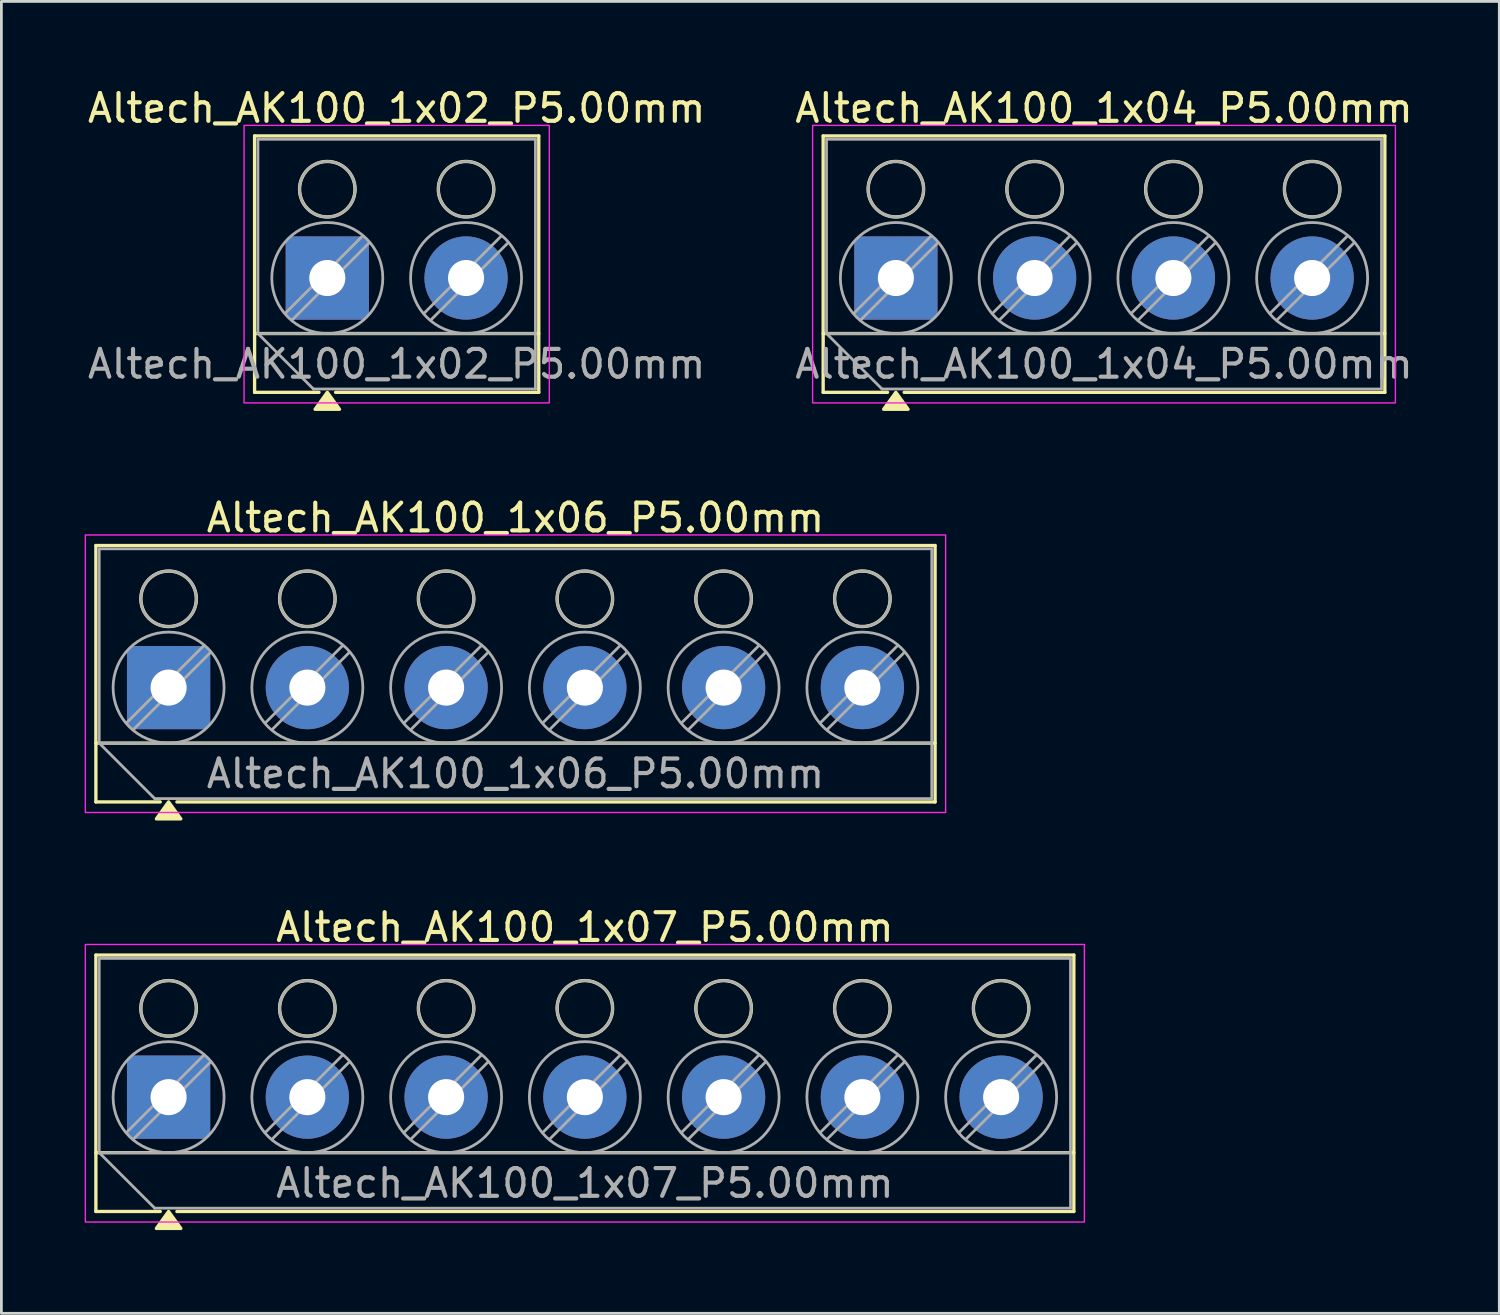
<source format=kicad_pcb>
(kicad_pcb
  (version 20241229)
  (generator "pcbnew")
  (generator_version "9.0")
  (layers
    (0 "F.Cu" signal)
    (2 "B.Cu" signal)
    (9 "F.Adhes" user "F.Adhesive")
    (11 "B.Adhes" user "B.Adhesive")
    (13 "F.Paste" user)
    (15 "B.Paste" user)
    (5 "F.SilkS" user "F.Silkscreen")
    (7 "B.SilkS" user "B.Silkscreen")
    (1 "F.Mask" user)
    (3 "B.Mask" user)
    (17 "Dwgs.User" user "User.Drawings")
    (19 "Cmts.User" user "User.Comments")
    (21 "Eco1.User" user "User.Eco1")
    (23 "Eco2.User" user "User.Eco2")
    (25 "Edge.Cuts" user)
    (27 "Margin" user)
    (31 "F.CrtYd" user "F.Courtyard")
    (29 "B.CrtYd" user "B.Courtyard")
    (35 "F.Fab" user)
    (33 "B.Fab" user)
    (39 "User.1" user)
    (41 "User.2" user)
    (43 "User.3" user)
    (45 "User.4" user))
  (footprint "Altech_AK100_1x02_P5.00mm"
    (layer "F.Cu")
    (at 8.744 6.968)
    (property "Reference" "Altech_AK100_1x02_P5.00mm" (at 2.5 -6.12 0) (layer "F.SilkS") (effects (font (size 1 1) (thickness 0.15))))
    (attr through_hole)
    (fp_line (start -2.62 -5.12) (end 7.62 -5.12) (stroke (width 0.12) (type solid)) (layer "F.SilkS"))
    (fp_line (start -2.62 2) (end 7.62 2) (stroke (width 0.12) (type solid)) (layer "F.SilkS"))
    (fp_line (start -2.62 4.12) (end -2.62 -5.12) (stroke (width 0.12) (type solid)) (layer "F.SilkS"))
    (fp_line (start -0.3 4.12) (end -2.62 4.12) (stroke (width 0.12) (type solid)) (layer "F.SilkS"))
    (fp_line (start 7.62 -5.12) (end 7.62 4.12) (stroke (width 0.12) (type solid)) (layer "F.SilkS"))
    (fp_line (start 7.62 4.12) (end 0.3 4.12) (stroke (width 0.12) (type solid)) (layer "F.SilkS"))
    (fp_circle (center 0 -3.2) (end 1 -3.2) (stroke (width 0.12) (type solid)) (fill no) (layer "F.SilkS"))
    (fp_circle (center 5 -3.2) (end 6 -3.2) (stroke (width 0.12) (type solid)) (fill no) (layer "F.SilkS"))
    (fp_poly (pts (xy 0 4.12) (xy 0.44 4.73) (xy -0.44 4.73)) (stroke (width 0.12) (type solid)) (fill yes) (layer "F.SilkS"))
    (fp_rect (start -3 -5.5) (end 8 4.5) (stroke (width 0.05) (type solid)) (fill no) (layer "F.CrtYd"))
    (fp_line (start -2.5 -5) (end 7.5 -5) (stroke (width 0.1) (type solid)) (layer "F.Fab"))
    (fp_line (start -2.5 2) (end -2.5 -5) (stroke (width 0.1) (type solid)) (layer "F.Fab"))
    (fp_line (start -2.5 2) (end 7.5 2) (stroke (width 0.1) (type solid)) (layer "F.Fab"))
    (fp_line (start -0.5 4) (end -2.5 2) (stroke (width 0.1) (type solid)) (layer "F.Fab"))
    (fp_line (start 1.273 -1.517) (end -1.517 1.273) (stroke (width 0.1) (type solid)) (layer "F.Fab"))
    (fp_line (start 1.517 -1.273) (end -1.273 1.517) (stroke (width 0.1) (type solid)) (layer "F.Fab"))
    (fp_line (start 6.273 -1.517) (end 3.483 1.273) (stroke (width 0.1) (type solid)) (layer "F.Fab"))
    (fp_line (start 6.517 -1.273) (end 3.727 1.517) (stroke (width 0.1) (type solid)) (layer "F.Fab"))
    (fp_line (start 7.5 -5) (end 7.5 4) (stroke (width 0.1) (type solid)) (layer "F.Fab"))
    (fp_line (start 7.5 4) (end -0.5 4) (stroke (width 0.1) (type solid)) (layer "F.Fab"))
    (fp_circle (center 0 -3.2) (end 1 -3.2) (stroke (width 0.1) (type solid)) (fill no) (layer "F.Fab"))
    (fp_circle (center 0 0) (end 2 0) (stroke (width 0.1) (type solid)) (fill no) (layer "F.Fab"))
    (fp_circle (center 5 -3.2) (end 6 -3.2) (stroke (width 0.1) (type solid)) (fill no) (layer "F.Fab"))
    (fp_circle (center 5 0) (end 7 0) (stroke (width 0.1) (type solid)) (fill no) (layer "F.Fab"))
    (fp_text user "${REFERENCE}" (at 2.5 3.1 0) (layer "F.Fab") (effects (font (size 1 1) (thickness 0.15))))
    (pad "1" thru_hole roundrect (at 0 0) (size 3 3) (drill 1.3) (layers "*.Cu" "*.Mask") (roundrect_rratio 0.083))
    (pad "2" thru_hole circle (at 5 0) (size 3 3) (drill 1.3) (layers "*.Cu" "*.Mask")))
  (footprint "Altech_AK100_1x07_P5.00mm"
    (layer "F.Cu")
    (at 3.025 36.485)
    (property "Reference" "Altech_AK100_1x07_P5.00mm" (at 15 -6.12 0) (layer "F.SilkS") (effects (font (size 1 1) (thickness 0.15))))
    (attr through_hole)
    (fp_line (start -2.62 -5.12) (end 32.62 -5.12) (stroke (width 0.12) (type solid)) (layer "F.SilkS"))
    (fp_line (start -2.62 2) (end 32.62 2) (stroke (width 0.12) (type solid)) (layer "F.SilkS"))
    (fp_line (start -2.62 4.12) (end -2.62 -5.12) (stroke (width 0.12) (type solid)) (layer "F.SilkS"))
    (fp_line (start -0.3 4.12) (end -2.62 4.12) (stroke (width 0.12) (type solid)) (layer "F.SilkS"))
    (fp_line (start 32.62 -5.12) (end 32.62 4.12) (stroke (width 0.12) (type solid)) (layer "F.SilkS"))
    (fp_line (start 32.62 4.12) (end 0.3 4.12) (stroke (width 0.12) (type solid)) (layer "F.SilkS"))
    (fp_circle (center 0 -3.2) (end 1 -3.2) (stroke (width 0.12) (type solid)) (fill no) (layer "F.SilkS"))
    (fp_circle (center 5 -3.2) (end 6 -3.2) (stroke (width 0.12) (type solid)) (fill no) (layer "F.SilkS"))
    (fp_circle (center 10 -3.2) (end 11 -3.2) (stroke (width 0.12) (type solid)) (fill no) (layer "F.SilkS"))
    (fp_circle (center 15 -3.2) (end 16 -3.2) (stroke (width 0.12) (type solid)) (fill no) (layer "F.SilkS"))
    (fp_circle (center 20 -3.2) (end 21 -3.2) (stroke (width 0.12) (type solid)) (fill no) (layer "F.SilkS"))
    (fp_circle (center 25 -3.2) (end 26 -3.2) (stroke (width 0.12) (type solid)) (fill no) (layer "F.SilkS"))
    (fp_circle (center 30 -3.2) (end 31 -3.2) (stroke (width 0.12) (type solid)) (fill no) (layer "F.SilkS"))
    (fp_poly (pts (xy 0 4.12) (xy 0.44 4.73) (xy -0.44 4.73)) (stroke (width 0.12) (type solid)) (fill yes) (layer "F.SilkS"))
    (fp_rect (start -3 -5.5) (end 33 4.5) (stroke (width 0.05) (type solid)) (fill no) (layer "F.CrtYd"))
    (fp_line (start -2.5 -5) (end 32.5 -5) (stroke (width 0.1) (type solid)) (layer "F.Fab"))
    (fp_line (start -2.5 2) (end -2.5 -5) (stroke (width 0.1) (type solid)) (layer "F.Fab"))
    (fp_line (start -2.5 2) (end 32.5 2) (stroke (width 0.1) (type solid)) (layer "F.Fab"))
    (fp_line (start -0.5 4) (end -2.5 2) (stroke (width 0.1) (type solid)) (layer "F.Fab"))
    (fp_line (start 1.273 -1.517) (end -1.517 1.273) (stroke (width 0.1) (type solid)) (layer "F.Fab"))
    (fp_line (start 1.517 -1.273) (end -1.273 1.517) (stroke (width 0.1) (type solid)) (layer "F.Fab"))
    (fp_line (start 6.273 -1.517) (end 3.483 1.273) (stroke (width 0.1) (type solid)) (layer "F.Fab"))
    (fp_line (start 6.517 -1.273) (end 3.727 1.517) (stroke (width 0.1) (type solid)) (layer "F.Fab"))
    (fp_line (start 11.273 -1.517) (end 8.483 1.273) (stroke (width 0.1) (type solid)) (layer "F.Fab"))
    (fp_line (start 11.517 -1.273) (end 8.727 1.517) (stroke (width 0.1) (type solid)) (layer "F.Fab"))
    (fp_line (start 16.273 -1.517) (end 13.483 1.273) (stroke (width 0.1) (type solid)) (layer "F.Fab"))
    (fp_line (start 16.517 -1.273) (end 13.727 1.517) (stroke (width 0.1) (type solid)) (layer "F.Fab"))
    (fp_line (start 21.273 -1.517) (end 18.483 1.273) (stroke (width 0.1) (type solid)) (layer "F.Fab"))
    (fp_line (start 21.517 -1.273) (end 18.727 1.517) (stroke (width 0.1) (type solid)) (layer "F.Fab"))
    (fp_line (start 26.273 -1.517) (end 23.483 1.273) (stroke (width 0.1) (type solid)) (layer "F.Fab"))
    (fp_line (start 26.517 -1.273) (end 23.727 1.517) (stroke (width 0.1) (type solid)) (layer "F.Fab"))
    (fp_line (start 31.273 -1.517) (end 28.483 1.273) (stroke (width 0.1) (type solid)) (layer "F.Fab"))
    (fp_line (start 31.517 -1.273) (end 28.727 1.517) (stroke (width 0.1) (type solid)) (layer "F.Fab"))
    (fp_line (start 32.5 -5) (end 32.5 4) (stroke (width 0.1) (type solid)) (layer "F.Fab"))
    (fp_line (start 32.5 4) (end -0.5 4) (stroke (width 0.1) (type solid)) (layer "F.Fab"))
    (fp_circle (center 0 -3.2) (end 1 -3.2) (stroke (width 0.1) (type solid)) (fill no) (layer "F.Fab"))
    (fp_circle (center 0 0) (end 2 0) (stroke (width 0.1) (type solid)) (fill no) (layer "F.Fab"))
    (fp_circle (center 5 -3.2) (end 6 -3.2) (stroke (width 0.1) (type solid)) (fill no) (layer "F.Fab"))
    (fp_circle (center 5 0) (end 7 0) (stroke (width 0.1) (type solid)) (fill no) (layer "F.Fab"))
    (fp_circle (center 10 -3.2) (end 11 -3.2) (stroke (width 0.1) (type solid)) (fill no) (layer "F.Fab"))
    (fp_circle (center 10 0) (end 12 0) (stroke (width 0.1) (type solid)) (fill no) (layer "F.Fab"))
    (fp_circle (center 15 -3.2) (end 16 -3.2) (stroke (width 0.1) (type solid)) (fill no) (layer "F.Fab"))
    (fp_circle (center 15 0) (end 17 0) (stroke (width 0.1) (type solid)) (fill no) (layer "F.Fab"))
    (fp_circle (center 20 -3.2) (end 21 -3.2) (stroke (width 0.1) (type solid)) (fill no) (layer "F.Fab"))
    (fp_circle (center 20 0) (end 22 0) (stroke (width 0.1) (type solid)) (fill no) (layer "F.Fab"))
    (fp_circle (center 25 -3.2) (end 26 -3.2) (stroke (width 0.1) (type solid)) (fill no) (layer "F.Fab"))
    (fp_circle (center 25 0) (end 27 0) (stroke (width 0.1) (type solid)) (fill no) (layer "F.Fab"))
    (fp_circle (center 30 -3.2) (end 31 -3.2) (stroke (width 0.1) (type solid)) (fill no) (layer "F.Fab"))
    (fp_circle (center 30 0) (end 32 0) (stroke (width 0.1) (type solid)) (fill no) (layer "F.Fab"))
    (fp_text user "${REFERENCE}" (at 15 3.1 0) (layer "F.Fab") (effects (font (size 1 1) (thickness 0.15))))
    (pad "1" thru_hole roundrect (at 0 0) (size 3 3) (drill 1.3) (layers "*.Cu" "*.Mask") (roundrect_rratio 0.083))
    (pad "2" thru_hole circle (at 5 0) (size 3 3) (drill 1.3) (layers "*.Cu" "*.Mask"))
    (pad "3" thru_hole circle (at 10 0) (size 3 3) (drill 1.3) (layers "*.Cu" "*.Mask"))
    (pad "4" thru_hole circle (at 15 0) (size 3 3) (drill 1.3) (layers "*.Cu" "*.Mask"))
    (pad "5" thru_hole circle (at 20 0) (size 3 3) (drill 1.3) (layers "*.Cu" "*.Mask"))
    (pad "6" thru_hole circle (at 25 0) (size 3 3) (drill 1.3) (layers "*.Cu" "*.Mask"))
    (pad "7" thru_hole circle (at 30 0) (size 3 3) (drill 1.3) (layers "*.Cu" "*.Mask")))
  (footprint "Altech_AK100_1x04_P5.00mm"
    (layer "F.Cu")
    (at 29.232 6.968)
    (property "Reference" "Altech_AK100_1x04_P5.00mm" (at 7.5 -6.12 0) (layer "F.SilkS") (effects (font (size 1 1) (thickness 0.15))))
    (attr through_hole)
    (fp_line (start -2.62 -5.12) (end 17.62 -5.12) (stroke (width 0.12) (type solid)) (layer "F.SilkS"))
    (fp_line (start -2.62 2) (end 17.62 2) (stroke (width 0.12) (type solid)) (layer "F.SilkS"))
    (fp_line (start -2.62 4.12) (end -2.62 -5.12) (stroke (width 0.12) (type solid)) (layer "F.SilkS"))
    (fp_line (start -0.3 4.12) (end -2.62 4.12) (stroke (width 0.12) (type solid)) (layer "F.SilkS"))
    (fp_line (start 17.62 -5.12) (end 17.62 4.12) (stroke (width 0.12) (type solid)) (layer "F.SilkS"))
    (fp_line (start 17.62 4.12) (end 0.3 4.12) (stroke (width 0.12) (type solid)) (layer "F.SilkS"))
    (fp_circle (center 0 -3.2) (end 1 -3.2) (stroke (width 0.12) (type solid)) (fill no) (layer "F.SilkS"))
    (fp_circle (center 5 -3.2) (end 6 -3.2) (stroke (width 0.12) (type solid)) (fill no) (layer "F.SilkS"))
    (fp_circle (center 10 -3.2) (end 11 -3.2) (stroke (width 0.12) (type solid)) (fill no) (layer "F.SilkS"))
    (fp_circle (center 15 -3.2) (end 16 -3.2) (stroke (width 0.12) (type solid)) (fill no) (layer "F.SilkS"))
    (fp_poly (pts (xy 0 4.12) (xy 0.44 4.73) (xy -0.44 4.73)) (stroke (width 0.12) (type solid)) (fill yes) (layer "F.SilkS"))
    (fp_rect (start -3 -5.5) (end 18 4.5) (stroke (width 0.05) (type solid)) (fill no) (layer "F.CrtYd"))
    (fp_line (start -2.5 -5) (end 17.5 -5) (stroke (width 0.1) (type solid)) (layer "F.Fab"))
    (fp_line (start -2.5 2) (end -2.5 -5) (stroke (width 0.1) (type solid)) (layer "F.Fab"))
    (fp_line (start -2.5 2) (end 17.5 2) (stroke (width 0.1) (type solid)) (layer "F.Fab"))
    (fp_line (start -0.5 4) (end -2.5 2) (stroke (width 0.1) (type solid)) (layer "F.Fab"))
    (fp_line (start 1.273 -1.517) (end -1.517 1.273) (stroke (width 0.1) (type solid)) (layer "F.Fab"))
    (fp_line (start 1.517 -1.273) (end -1.273 1.517) (stroke (width 0.1) (type solid)) (layer "F.Fab"))
    (fp_line (start 6.273 -1.517) (end 3.483 1.273) (stroke (width 0.1) (type solid)) (layer "F.Fab"))
    (fp_line (start 6.517 -1.273) (end 3.727 1.517) (stroke (width 0.1) (type solid)) (layer "F.Fab"))
    (fp_line (start 11.273 -1.517) (end 8.483 1.273) (stroke (width 0.1) (type solid)) (layer "F.Fab"))
    (fp_line (start 11.517 -1.273) (end 8.727 1.517) (stroke (width 0.1) (type solid)) (layer "F.Fab"))
    (fp_line (start 16.273 -1.517) (end 13.483 1.273) (stroke (width 0.1) (type solid)) (layer "F.Fab"))
    (fp_line (start 16.517 -1.273) (end 13.727 1.517) (stroke (width 0.1) (type solid)) (layer "F.Fab"))
    (fp_line (start 17.5 -5) (end 17.5 4) (stroke (width 0.1) (type solid)) (layer "F.Fab"))
    (fp_line (start 17.5 4) (end -0.5 4) (stroke (width 0.1) (type solid)) (layer "F.Fab"))
    (fp_circle (center 0 -3.2) (end 1 -3.2) (stroke (width 0.1) (type solid)) (fill no) (layer "F.Fab"))
    (fp_circle (center 0 0) (end 2 0) (stroke (width 0.1) (type solid)) (fill no) (layer "F.Fab"))
    (fp_circle (center 5 -3.2) (end 6 -3.2) (stroke (width 0.1) (type solid)) (fill no) (layer "F.Fab"))
    (fp_circle (center 5 0) (end 7 0) (stroke (width 0.1) (type solid)) (fill no) (layer "F.Fab"))
    (fp_circle (center 10 -3.2) (end 11 -3.2) (stroke (width 0.1) (type solid)) (fill no) (layer "F.Fab"))
    (fp_circle (center 10 0) (end 12 0) (stroke (width 0.1) (type solid)) (fill no) (layer "F.Fab"))
    (fp_circle (center 15 -3.2) (end 16 -3.2) (stroke (width 0.1) (type solid)) (fill no) (layer "F.Fab"))
    (fp_circle (center 15 0) (end 17 0) (stroke (width 0.1) (type solid)) (fill no) (layer "F.Fab"))
    (fp_text user "${REFERENCE}" (at 7.5 3.1 0) (layer "F.Fab") (effects (font (size 1 1) (thickness 0.15))))
    (pad "1" thru_hole roundrect (at 0 0) (size 3 3) (drill 1.3) (layers "*.Cu" "*.Mask") (roundrect_rratio 0.083))
    (pad "2" thru_hole circle (at 5 0) (size 3 3) (drill 1.3) (layers "*.Cu" "*.Mask"))
    (pad "3" thru_hole circle (at 10 0) (size 3 3) (drill 1.3) (layers "*.Cu" "*.Mask"))
    (pad "4" thru_hole circle (at 15 0) (size 3 3) (drill 1.3) (layers "*.Cu" "*.Mask")))
  (footprint "Altech_AK100_1x06_P5.00mm"
    (layer "F.Cu")
    (at 3.025 21.727)
    (property "Reference" "Altech_AK100_1x06_P5.00mm" (at 12.5 -6.12 0) (layer "F.SilkS") (effects (font (size 1 1) (thickness 0.15))))
    (attr through_hole)
    (fp_line (start -2.62 -5.12) (end 27.62 -5.12) (stroke (width 0.12) (type solid)) (layer "F.SilkS"))
    (fp_line (start -2.62 2) (end 27.62 2) (stroke (width 0.12) (type solid)) (layer "F.SilkS"))
    (fp_line (start -2.62 4.12) (end -2.62 -5.12) (stroke (width 0.12) (type solid)) (layer "F.SilkS"))
    (fp_line (start -0.3 4.12) (end -2.62 4.12) (stroke (width 0.12) (type solid)) (layer "F.SilkS"))
    (fp_line (start 27.62 -5.12) (end 27.62 4.12) (stroke (width 0.12) (type solid)) (layer "F.SilkS"))
    (fp_line (start 27.62 4.12) (end 0.3 4.12) (stroke (width 0.12) (type solid)) (layer "F.SilkS"))
    (fp_circle (center 0 -3.2) (end 1 -3.2) (stroke (width 0.12) (type solid)) (fill no) (layer "F.SilkS"))
    (fp_circle (center 5 -3.2) (end 6 -3.2) (stroke (width 0.12) (type solid)) (fill no) (layer "F.SilkS"))
    (fp_circle (center 10 -3.2) (end 11 -3.2) (stroke (width 0.12) (type solid)) (fill no) (layer "F.SilkS"))
    (fp_circle (center 15 -3.2) (end 16 -3.2) (stroke (width 0.12) (type solid)) (fill no) (layer "F.SilkS"))
    (fp_circle (center 20 -3.2) (end 21 -3.2) (stroke (width 0.12) (type solid)) (fill no) (layer "F.SilkS"))
    (fp_circle (center 25 -3.2) (end 26 -3.2) (stroke (width 0.12) (type solid)) (fill no) (layer "F.SilkS"))
    (fp_poly (pts (xy 0 4.12) (xy 0.44 4.73) (xy -0.44 4.73)) (stroke (width 0.12) (type solid)) (fill yes) (layer "F.SilkS"))
    (fp_rect (start -3 -5.5) (end 28 4.5) (stroke (width 0.05) (type solid)) (fill no) (layer "F.CrtYd"))
    (fp_line (start -2.5 -5) (end 27.5 -5) (stroke (width 0.1) (type solid)) (layer "F.Fab"))
    (fp_line (start -2.5 2) (end -2.5 -5) (stroke (width 0.1) (type solid)) (layer "F.Fab"))
    (fp_line (start -2.5 2) (end 27.5 2) (stroke (width 0.1) (type solid)) (layer "F.Fab"))
    (fp_line (start -0.5 4) (end -2.5 2) (stroke (width 0.1) (type solid)) (layer "F.Fab"))
    (fp_line (start 1.273 -1.517) (end -1.517 1.273) (stroke (width 0.1) (type solid)) (layer "F.Fab"))
    (fp_line (start 1.517 -1.273) (end -1.273 1.517) (stroke (width 0.1) (type solid)) (layer "F.Fab"))
    (fp_line (start 6.273 -1.517) (end 3.483 1.273) (stroke (width 0.1) (type solid)) (layer "F.Fab"))
    (fp_line (start 6.517 -1.273) (end 3.727 1.517) (stroke (width 0.1) (type solid)) (layer "F.Fab"))
    (fp_line (start 11.273 -1.517) (end 8.483 1.273) (stroke (width 0.1) (type solid)) (layer "F.Fab"))
    (fp_line (start 11.517 -1.273) (end 8.727 1.517) (stroke (width 0.1) (type solid)) (layer "F.Fab"))
    (fp_line (start 16.273 -1.517) (end 13.483 1.273) (stroke (width 0.1) (type solid)) (layer "F.Fab"))
    (fp_line (start 16.517 -1.273) (end 13.727 1.517) (stroke (width 0.1) (type solid)) (layer "F.Fab"))
    (fp_line (start 21.273 -1.517) (end 18.483 1.273) (stroke (width 0.1) (type solid)) (layer "F.Fab"))
    (fp_line (start 21.517 -1.273) (end 18.727 1.517) (stroke (width 0.1) (type solid)) (layer "F.Fab"))
    (fp_line (start 26.273 -1.517) (end 23.483 1.273) (stroke (width 0.1) (type solid)) (layer "F.Fab"))
    (fp_line (start 26.517 -1.273) (end 23.727 1.517) (stroke (width 0.1) (type solid)) (layer "F.Fab"))
    (fp_line (start 27.5 -5) (end 27.5 4) (stroke (width 0.1) (type solid)) (layer "F.Fab"))
    (fp_line (start 27.5 4) (end -0.5 4) (stroke (width 0.1) (type solid)) (layer "F.Fab"))
    (fp_circle (center 0 -3.2) (end 1 -3.2) (stroke (width 0.1) (type solid)) (fill no) (layer "F.Fab"))
    (fp_circle (center 0 0) (end 2 0) (stroke (width 0.1) (type solid)) (fill no) (layer "F.Fab"))
    (fp_circle (center 5 -3.2) (end 6 -3.2) (stroke (width 0.1) (type solid)) (fill no) (layer "F.Fab"))
    (fp_circle (center 5 0) (end 7 0) (stroke (width 0.1) (type solid)) (fill no) (layer "F.Fab"))
    (fp_circle (center 10 -3.2) (end 11 -3.2) (stroke (width 0.1) (type solid)) (fill no) (layer "F.Fab"))
    (fp_circle (center 10 0) (end 12 0) (stroke (width 0.1) (type solid)) (fill no) (layer "F.Fab"))
    (fp_circle (center 15 -3.2) (end 16 -3.2) (stroke (width 0.1) (type solid)) (fill no) (layer "F.Fab"))
    (fp_circle (center 15 0) (end 17 0) (stroke (width 0.1) (type solid)) (fill no) (layer "F.Fab"))
    (fp_circle (center 20 -3.2) (end 21 -3.2) (stroke (width 0.1) (type solid)) (fill no) (layer "F.Fab"))
    (fp_circle (center 20 0) (end 22 0) (stroke (width 0.1) (type solid)) (fill no) (layer "F.Fab"))
    (fp_circle (center 25 -3.2) (end 26 -3.2) (stroke (width 0.1) (type solid)) (fill no) (layer "F.Fab"))
    (fp_circle (center 25 0) (end 27 0) (stroke (width 0.1) (type solid)) (fill no) (layer "F.Fab"))
    (fp_text user "${REFERENCE}" (at 12.5 3.1 0) (layer "F.Fab") (effects (font (size 1 1) (thickness 0.15))))
    (pad "1" thru_hole roundrect (at 0 0) (size 3 3) (drill 1.3) (layers "*.Cu" "*.Mask") (roundrect_rratio 0.083))
    (pad "2" thru_hole circle (at 5 0) (size 3 3) (drill 1.3) (layers "*.Cu" "*.Mask"))
    (pad "3" thru_hole circle (at 10 0) (size 3 3) (drill 1.3) (layers "*.Cu" "*.Mask"))
    (pad "4" thru_hole circle (at 15 0) (size 3 3) (drill 1.3) (layers "*.Cu" "*.Mask"))
    (pad "5" thru_hole circle (at 20 0) (size 3 3) (drill 1.3) (layers "*.Cu" "*.Mask"))
    (pad "6" thru_hole circle (at 25 0) (size 3 3) (drill 1.3) (layers "*.Cu" "*.Mask")))
  (gr_rect
    (start -3 -3)
    (end 50.976 44.275)
    (stroke (width 0.1) (type default))
    (fill no)
    (layer "Edge.Cuts")))
</source>
